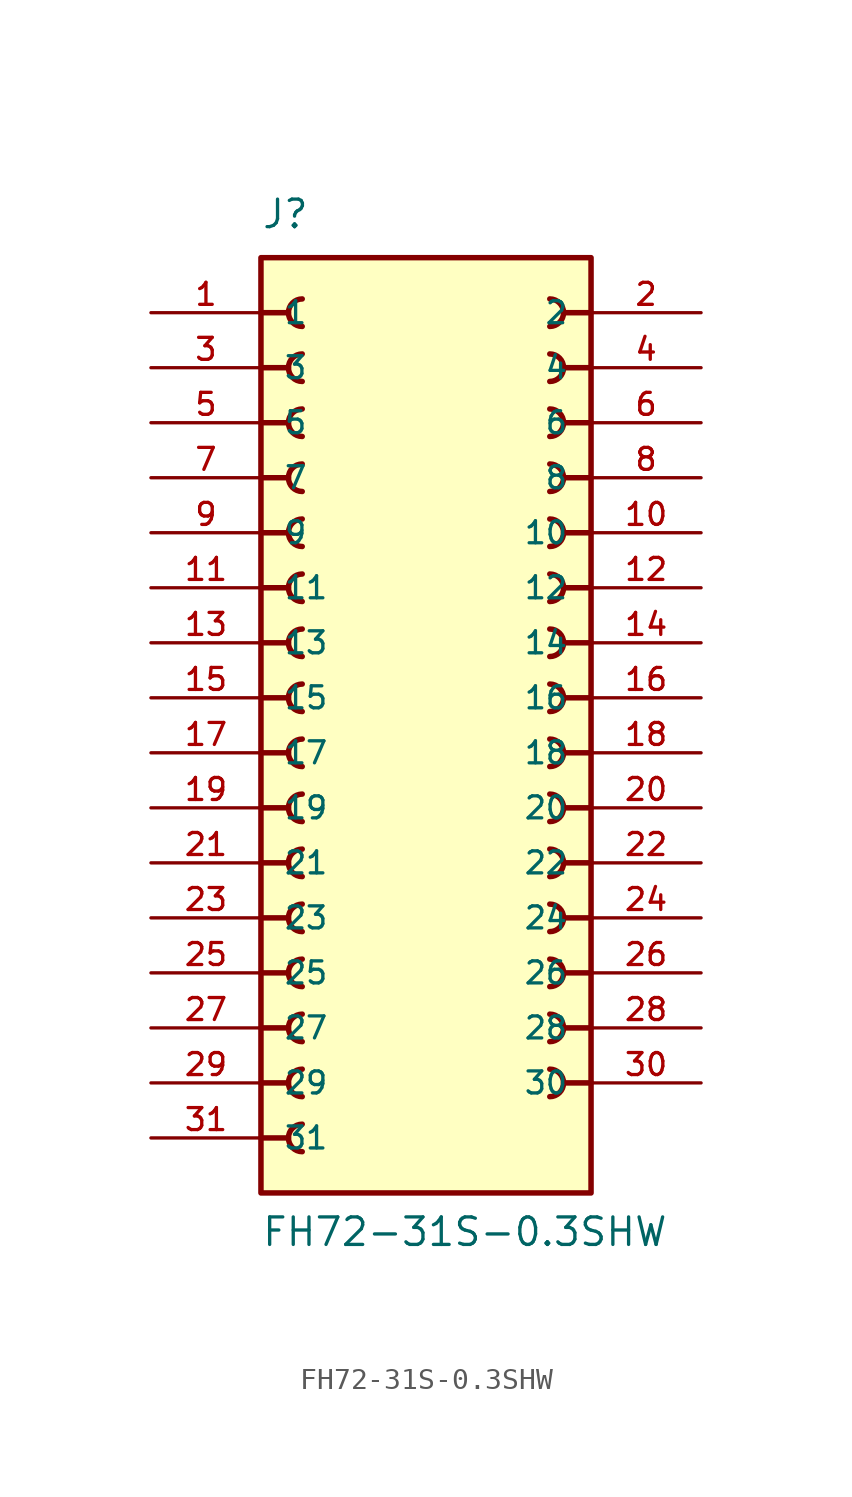
<source format=kicad_sym>
(kicad_symbol_lib
  (version 20211014)
  (generator kicad_symbol_editor)
  (symbol "FH72-31S-0.3SHW"
    (pin_names
      (offset 1.016))
    (property "Reference" "J"
      (at -7.62 21.59 0)
      (effects (font (size 1.27 1.27)) (justify left bottom)))
    (property "Value" "FH72-31S-0.3SHW"
      (at -7.62 -25.4 0)
      (effects (font (size 1.27 1.27)) (justify left bottom)))
    (symbol "FH72-31S-0.3SHW_0_0"
      (rectangle (start -7.62 -22.86) (end 7.62 20.32) (stroke (width 0.254) (type default) (color 0 0 0 0)) (fill (type background)))
      (arc (start -5.715 -19.685) (mid -6.35 -20.32) (end -5.715 -20.955) (stroke (width 0.254) (type default) (color 0 0 0 0)) (fill (type none)))
      (arc (start -5.715 -17.145) (mid -6.35 -17.78) (end -5.715 -18.415) (stroke (width 0.254) (type default) (color 0 0 0 0)) (fill (type none)))
      (arc (start -5.715 -14.605) (mid -6.35 -15.24) (end -5.715 -15.875) (stroke (width 0.254) (type default) (color 0 0 0 0)) (fill (type none)))
      (arc (start -5.715 -12.065) (mid -6.35 -12.7) (end -5.715 -13.335) (stroke (width 0.254) (type default) (color 0 0 0 0)) (fill (type none)))
      (arc (start -5.715 -9.525) (mid -6.35 -10.16) (end -5.715 -10.795) (stroke (width 0.254) (type default) (color 0 0 0 0)) (fill (type none)))
      (arc (start -5.715 -6.985) (mid -6.35 -7.62) (end -5.715 -8.255) (stroke (width 0.254) (type default) (color 0 0 0 0)) (fill (type none)))
      (arc (start -5.715 -4.445) (mid -6.35 -5.08) (end -5.715 -5.715) (stroke (width 0.254) (type default) (color 0 0 0 0)) (fill (type none)))
      (arc (start -5.715 -1.905) (mid -6.35 -2.54) (end -5.715 -3.175) (stroke (width 0.254) (type default) (color 0 0 0 0)) (fill (type none)))
      (arc (start -5.715 0.635) (mid -6.35 0) (end -5.715 -0.635) (stroke (width 0.254) (type default) (color 0 0 0 0)) (fill (type none)))
      (arc (start -5.715 3.175) (mid -6.35 2.54) (end -5.715 1.905) (stroke (width 0.254) (type default) (color 0 0 0 0)) (fill (type none)))
      (arc (start -5.715 5.715) (mid -6.35 5.08) (end -5.715 4.445) (stroke (width 0.254) (type default) (color 0 0 0 0)) (fill (type none)))
      (arc (start -5.715 8.255) (mid -6.35 7.62) (end -5.715 6.985) (stroke (width 0.254) (type default) (color 0 0 0 0)) (fill (type none)))
      (arc (start -5.715 10.795) (mid -6.35 10.16) (end -5.715 9.525) (stroke (width 0.254) (type default) (color 0 0 0 0)) (fill (type none)))
      (arc (start -5.715 13.335) (mid -6.35 12.7) (end -5.715 12.065) (stroke (width 0.254) (type default) (color 0 0 0 0)) (fill (type none)))
      (arc (start -5.715 15.875) (mid -6.35 15.24) (end -5.715 14.605) (stroke (width 0.254) (type default) (color 0 0 0 0)) (fill (type none)))
      (arc (start -5.715 18.415) (mid -6.35 17.78) (end -5.715 17.145) (stroke (width 0.254) (type default) (color 0 0 0 0)) (fill (type none)))
      (polyline (pts (xy -7.62 -20.32) (xy -6.35 -20.32)) (stroke (width 0.254) (type default) (color 0 0 0 0)) (fill (type none)))
      (polyline (pts (xy -7.62 -17.78) (xy -6.35 -17.78)) (stroke (width 0.254) (type default) (color 0 0 0 0)) (fill (type none)))
      (polyline (pts (xy -7.62 -15.24) (xy -6.35 -15.24)) (stroke (width 0.254) (type default) (color 0 0 0 0)) (fill (type none)))
      (polyline (pts (xy -7.62 -12.7) (xy -6.35 -12.7)) (stroke (width 0.254) (type default) (color 0 0 0 0)) (fill (type none)))
      (polyline (pts (xy -7.62 -10.16) (xy -6.35 -10.16)) (stroke (width 0.254) (type default) (color 0 0 0 0)) (fill (type none)))
      (polyline (pts (xy -7.62 -7.62) (xy -6.35 -7.62)) (stroke (width 0.254) (type default) (color 0 0 0 0)) (fill (type none)))
      (polyline (pts (xy -7.62 -5.08) (xy -6.35 -5.08)) (stroke (width 0.254) (type default) (color 0 0 0 0)) (fill (type none)))
      (polyline (pts (xy -7.62 -2.54) (xy -6.35 -2.54)) (stroke (width 0.254) (type default) (color 0 0 0 0)) (fill (type none)))
      (polyline (pts (xy -7.62 0) (xy -6.35 0)) (stroke (width 0.254) (type default) (color 0 0 0 0)) (fill (type none)))
      (polyline (pts (xy -7.62 2.54) (xy -6.35 2.54)) (stroke (width 0.254) (type default) (color 0 0 0 0)) (fill (type none)))
      (polyline (pts (xy -7.62 5.08) (xy -6.35 5.08)) (stroke (width 0.254) (type default) (color 0 0 0 0)) (fill (type none)))
      (polyline (pts (xy -7.62 7.62) (xy -6.35 7.62)) (stroke (width 0.254) (type default) (color 0 0 0 0)) (fill (type none)))
      (polyline (pts (xy -7.62 10.16) (xy -6.35 10.16)) (stroke (width 0.254) (type default) (color 0 0 0 0)) (fill (type none)))
      (polyline (pts (xy -7.62 12.7) (xy -6.35 12.7)) (stroke (width 0.254) (type default) (color 0 0 0 0)) (fill (type none)))
      (polyline (pts (xy -7.62 15.24) (xy -6.35 15.24)) (stroke (width 0.254) (type default) (color 0 0 0 0)) (fill (type none)))
      (polyline (pts (xy -7.62 17.78) (xy -6.35 17.78)) (stroke (width 0.254) (type default) (color 0 0 0 0)) (fill (type none)))
      (polyline (pts (xy 7.62 -17.78) (xy 6.35 -17.78)) (stroke (width 0.254) (type default) (color 0 0 0 0)) (fill (type none)))
      (polyline (pts (xy 7.62 -15.24) (xy 6.35 -15.24)) (stroke (width 0.254) (type default) (color 0 0 0 0)) (fill (type none)))
      (polyline (pts (xy 7.62 -12.7) (xy 6.35 -12.7)) (stroke (width 0.254) (type default) (color 0 0 0 0)) (fill (type none)))
      (polyline (pts (xy 7.62 -10.16) (xy 6.35 -10.16)) (stroke (width 0.254) (type default) (color 0 0 0 0)) (fill (type none)))
      (polyline (pts (xy 7.62 -7.62) (xy 6.35 -7.62)) (stroke (width 0.254) (type default) (color 0 0 0 0)) (fill (type none)))
      (polyline (pts (xy 7.62 -5.08) (xy 6.35 -5.08)) (stroke (width 0.254) (type default) (color 0 0 0 0)) (fill (type none)))
      (polyline (pts (xy 7.62 -2.54) (xy 6.35 -2.54)) (stroke (width 0.254) (type default) (color 0 0 0 0)) (fill (type none)))
      (polyline (pts (xy 7.62 0) (xy 6.35 0)) (stroke (width 0.254) (type default) (color 0 0 0 0)) (fill (type none)))
      (polyline (pts (xy 7.62 2.54) (xy 6.35 2.54)) (stroke (width 0.254) (type default) (color 0 0 0 0)) (fill (type none)))
      (polyline (pts (xy 7.62 5.08) (xy 6.35 5.08)) (stroke (width 0.254) (type default) (color 0 0 0 0)) (fill (type none)))
      (polyline (pts (xy 7.62 7.62) (xy 6.35 7.62)) (stroke (width 0.254) (type default) (color 0 0 0 0)) (fill (type none)))
      (polyline (pts (xy 7.62 10.16) (xy 6.35 10.16)) (stroke (width 0.254) (type default) (color 0 0 0 0)) (fill (type none)))
      (polyline (pts (xy 7.62 12.7) (xy 6.35 12.7)) (stroke (width 0.254) (type default) (color 0 0 0 0)) (fill (type none)))
      (polyline (pts (xy 7.62 15.24) (xy 6.35 15.24)) (stroke (width 0.254) (type default) (color 0 0 0 0)) (fill (type none)))
      (polyline (pts (xy 7.62 17.78) (xy 6.35 17.78)) (stroke (width 0.254) (type default) (color 0 0 0 0)) (fill (type none)))
      (arc (start 5.715 -18.415) (mid 6.35 -17.78) (end 5.715 -17.145) (stroke (width 0.254) (type default) (color 0 0 0 0)) (fill (type none)))
      (arc (start 5.715 -15.875) (mid 6.35 -15.24) (end 5.715 -14.605) (stroke (width 0.254) (type default) (color 0 0 0 0)) (fill (type none)))
      (arc (start 5.715 -13.335) (mid 6.35 -12.7) (end 5.715 -12.065) (stroke (width 0.254) (type default) (color 0 0 0 0)) (fill (type none)))
      (arc (start 5.715 -10.795) (mid 6.35 -10.16) (end 5.715 -9.525) (stroke (width 0.254) (type default) (color 0 0 0 0)) (fill (type none)))
      (arc (start 5.715 -8.255) (mid 6.35 -7.62) (end 5.715 -6.985) (stroke (width 0.254) (type default) (color 0 0 0 0)) (fill (type none)))
      (arc (start 5.715 -5.715) (mid 6.35 -5.08) (end 5.715 -4.445) (stroke (width 0.254) (type default) (color 0 0 0 0)) (fill (type none)))
      (arc (start 5.715 -3.175) (mid 6.35 -2.54) (end 5.715 -1.905) (stroke (width 0.254) (type default) (color 0 0 0 0)) (fill (type none)))
      (arc (start 5.715 -0.635) (mid 6.35 0) (end 5.715 0.635) (stroke (width 0.254) (type default) (color 0 0 0 0)) (fill (type none)))
      (arc (start 5.715 1.905) (mid 6.35 2.54) (end 5.715 3.175) (stroke (width 0.254) (type default) (color 0 0 0 0)) (fill (type none)))
      (arc (start 5.715 4.445) (mid 6.35 5.08) (end 5.715 5.715) (stroke (width 0.254) (type default) (color 0 0 0 0)) (fill (type none)))
      (arc (start 5.715 6.985) (mid 6.35 7.62) (end 5.715 8.255) (stroke (width 0.254) (type default) (color 0 0 0 0)) (fill (type none)))
      (arc (start 5.715 9.525) (mid 6.35 10.16) (end 5.715 10.795) (stroke (width 0.254) (type default) (color 0 0 0 0)) (fill (type none)))
      (arc (start 5.715 12.065) (mid 6.35 12.7) (end 5.715 13.335) (stroke (width 0.254) (type default) (color 0 0 0 0)) (fill (type none)))
      (arc (start 5.715 14.605) (mid 6.35 15.24) (end 5.715 15.875) (stroke (width 0.254) (type default) (color 0 0 0 0)) (fill (type none)))
      (arc (start 5.715 17.145) (mid 6.35 17.78) (end 5.715 18.415) (stroke (width 0.254) (type default) (color 0 0 0 0)) (fill (type none)))
      (pin passive line (at -12.7 17.78 0) (length 5.08) (name "1" (effects (font (size 1.016 1.016)))) (number "1" (effects (font (size 1.016 1.016)))))
      (pin passive line (at 12.7 7.62 180) (length 5.08) (name "10" (effects (font (size 1.016 1.016)))) (number "10" (effects (font (size 1.016 1.016)))))
      (pin passive line (at -12.7 5.08 0) (length 5.08) (name "11" (effects (font (size 1.016 1.016)))) (number "11" (effects (font (size 1.016 1.016)))))
      (pin passive line (at 12.7 5.08 180) (length 5.08) (name "12" (effects (font (size 1.016 1.016)))) (number "12" (effects (font (size 1.016 1.016)))))
      (pin passive line (at -12.7 2.54 0) (length 5.08) (name "13" (effects (font (size 1.016 1.016)))) (number "13" (effects (font (size 1.016 1.016)))))
      (pin passive line (at 12.7 2.54 180) (length 5.08) (name "14" (effects (font (size 1.016 1.016)))) (number "14" (effects (font (size 1.016 1.016)))))
      (pin passive line (at -12.7 0 0) (length 5.08) (name "15" (effects (font (size 1.016 1.016)))) (number "15" (effects (font (size 1.016 1.016)))))
      (pin passive line (at 12.7 0 180) (length 5.08) (name "16" (effects (font (size 1.016 1.016)))) (number "16" (effects (font (size 1.016 1.016)))))
      (pin passive line (at -12.7 -2.54 0) (length 5.08) (name "17" (effects (font (size 1.016 1.016)))) (number "17" (effects (font (size 1.016 1.016)))))
      (pin passive line (at 12.7 -2.54 180) (length 5.08) (name "18" (effects (font (size 1.016 1.016)))) (number "18" (effects (font (size 1.016 1.016)))))
      (pin passive line (at -12.7 -5.08 0) (length 5.08) (name "19" (effects (font (size 1.016 1.016)))) (number "19" (effects (font (size 1.016 1.016)))))
      (pin passive line (at 12.7 17.78 180) (length 5.08) (name "2" (effects (font (size 1.016 1.016)))) (number "2" (effects (font (size 1.016 1.016)))))
      (pin passive line (at 12.7 -5.08 180) (length 5.08) (name "20" (effects (font (size 1.016 1.016)))) (number "20" (effects (font (size 1.016 1.016)))))
      (pin passive line (at -12.7 -7.62 0) (length 5.08) (name "21" (effects (font (size 1.016 1.016)))) (number "21" (effects (font (size 1.016 1.016)))))
      (pin passive line (at 12.7 -7.62 180) (length 5.08) (name "22" (effects (font (size 1.016 1.016)))) (number "22" (effects (font (size 1.016 1.016)))))
      (pin passive line (at -12.7 -10.16 0) (length 5.08) (name "23" (effects (font (size 1.016 1.016)))) (number "23" (effects (font (size 1.016 1.016)))))
      (pin passive line (at 12.7 -10.16 180) (length 5.08) (name "24" (effects (font (size 1.016 1.016)))) (number "24" (effects (font (size 1.016 1.016)))))
      (pin passive line (at -12.7 -12.7 0) (length 5.08) (name "25" (effects (font (size 1.016 1.016)))) (number "25" (effects (font (size 1.016 1.016)))))
      (pin passive line (at 12.7 -12.7 180) (length 5.08) (name "26" (effects (font (size 1.016 1.016)))) (number "26" (effects (font (size 1.016 1.016)))))
      (pin passive line (at -12.7 -15.24 0) (length 5.08) (name "27" (effects (font (size 1.016 1.016)))) (number "27" (effects (font (size 1.016 1.016)))))
      (pin passive line (at 12.7 -15.24 180) (length 5.08) (name "28" (effects (font (size 1.016 1.016)))) (number "28" (effects (font (size 1.016 1.016)))))
      (pin passive line (at -12.7 -17.78 0) (length 5.08) (name "29" (effects (font (size 1.016 1.016)))) (number "29" (effects (font (size 1.016 1.016)))))
      (pin passive line (at -12.7 15.24 0) (length 5.08) (name "3" (effects (font (size 1.016 1.016)))) (number "3" (effects (font (size 1.016 1.016)))))
      (pin passive line (at 12.7 -17.78 180) (length 5.08) (name "30" (effects (font (size 1.016 1.016)))) (number "30" (effects (font (size 1.016 1.016)))))
      (pin passive line (at -12.7 -20.32 0) (length 5.08) (name "31" (effects (font (size 1.016 1.016)))) (number "31" (effects (font (size 1.016 1.016)))))
      (pin passive line (at 12.7 15.24 180) (length 5.08) (name "4" (effects (font (size 1.016 1.016)))) (number "4" (effects (font (size 1.016 1.016)))))
      (pin passive line (at -12.7 12.7 0) (length 5.08) (name "5" (effects (font (size 1.016 1.016)))) (number "5" (effects (font (size 1.016 1.016)))))
      (pin passive line (at 12.7 12.7 180) (length 5.08) (name "6" (effects (font (size 1.016 1.016)))) (number "6" (effects (font (size 1.016 1.016)))))
      (pin passive line (at -12.7 10.16 0) (length 5.08) (name "7" (effects (font (size 1.016 1.016)))) (number "7" (effects (font (size 1.016 1.016)))))
      (pin passive line (at 12.7 10.16 180) (length 5.08) (name "8" (effects (font (size 1.016 1.016)))) (number "8" (effects (font (size 1.016 1.016)))))
      (pin passive line (at -12.7 7.62 0) (length 5.08) (name "9" (effects (font (size 1.016 1.016)))) (number "9" (effects (font (size 1.016 1.016))))))))
</source>
